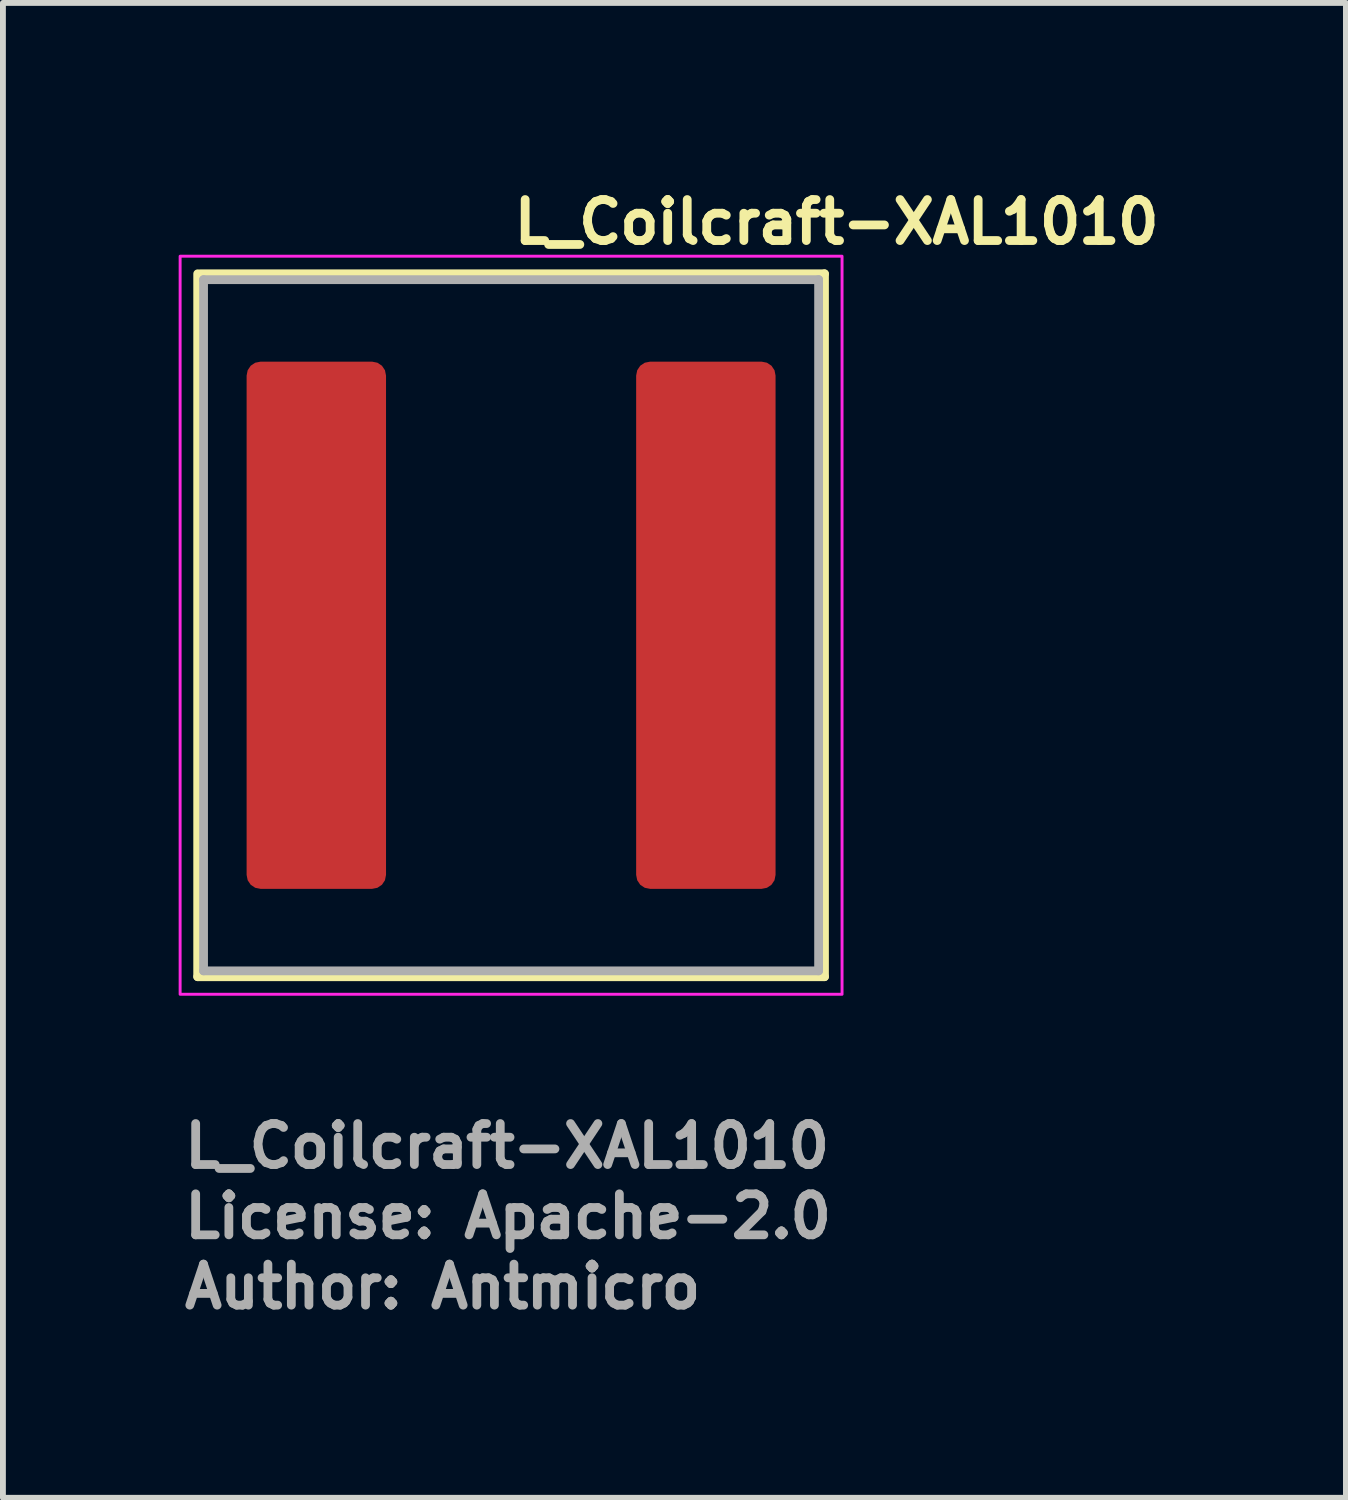
<source format=kicad_pcb>
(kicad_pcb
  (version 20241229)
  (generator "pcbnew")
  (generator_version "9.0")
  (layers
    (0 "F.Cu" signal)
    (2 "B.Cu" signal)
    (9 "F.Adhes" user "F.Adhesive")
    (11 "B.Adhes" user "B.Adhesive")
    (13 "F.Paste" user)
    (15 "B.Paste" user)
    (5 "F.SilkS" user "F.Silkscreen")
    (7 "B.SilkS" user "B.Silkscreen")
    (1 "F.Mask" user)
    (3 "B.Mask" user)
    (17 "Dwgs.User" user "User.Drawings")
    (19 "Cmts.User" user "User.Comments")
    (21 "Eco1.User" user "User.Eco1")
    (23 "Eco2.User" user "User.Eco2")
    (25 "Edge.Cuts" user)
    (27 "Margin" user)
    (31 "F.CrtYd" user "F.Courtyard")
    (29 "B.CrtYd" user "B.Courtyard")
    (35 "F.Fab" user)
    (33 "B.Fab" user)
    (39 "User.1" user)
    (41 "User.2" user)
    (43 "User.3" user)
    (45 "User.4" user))
  (footprint "L_Coilcraft-XAL1010"
    (layer "F.Cu")
    (at 5.675 7.624)
    (property "Reference" "L_Coilcraft-XAL1010" (at -0.025 -6.474 0) (layer "F.SilkS") (effects (font (size 0.7 0.7) (thickness 0.15)) (justify left bottom)))
    (attr smd)
    (fp_line (start -5.35 6) (end -5.35 -6) (stroke (width 0.15) (type solid)) (layer "F.SilkS"))
    (fp_line (start -5.35 6) (end 5.35 6) (stroke (width 0.15) (type solid)) (layer "F.SilkS"))
    (fp_line (start -5.3 -6) (end 5.35 -6) (stroke (width 0.15) (type solid)) (layer "F.SilkS"))
    (fp_line (start 5.35 6) (end 5.35 -6) (stroke (width 0.15) (type solid)) (layer "F.SilkS"))
    (fp_rect (start -5.65 -6.3) (end 5.65 6.3) (stroke (width 0.05) (type solid)) (fill no) (layer "F.CrtYd"))
    (fp_line (start -5.25 -5.9) (end -5.25 5.9) (stroke (width 0.15) (type solid)) (layer "F.Fab"))
    (fp_line (start -5.25 -5.9) (end 5.25 -5.9) (stroke (width 0.15) (type solid)) (layer "F.Fab"))
    (fp_line (start 5.25 -5.9) (end 5.25 5.9) (stroke (width 0.15) (type solid)) (layer "F.Fab"))
    (fp_line (start 5.25 5.9) (end -5.25 5.9) (stroke (width 0.15) (type solid)) (layer "F.Fab"))
    (fp_rect (start -5.25 -5.9) (end 5.25 5.9) (stroke (width 0.1) (type solid)) (fill no) (layer "User.5"))
    (fp_line (start -5.25 -5.9) (end -5.25 5.9) (stroke (width 0.02) (type solid)) (layer "User.9"))
    (fp_line (start -5.25 5.9) (end 5.25 5.9) (stroke (width 0.02) (type solid)) (layer "User.9"))
    (fp_line (start -4.312 -4.25) (end -4.062 -4.25) (stroke (width 0.02) (type solid)) (layer "User.9"))
    (fp_line (start -4.312 4.25) (end -4.312 -4.25) (stroke (width 0.02) (type solid)) (layer "User.9"))
    (fp_line (start -4.062 -4.25) (end -4.062 4.25) (stroke (width 0.02) (type solid)) (layer "User.9"))
    (fp_line (start -4.062 4.25) (end -4.312 4.25) (stroke (width 0.02) (type solid)) (layer "User.9"))
    (fp_line (start 5.25 -5.9) (end -5.25 -5.9) (stroke (width 0.02) (type solid)) (layer "User.9"))
    (fp_line (start 5.25 5.9) (end 5.25 -5.9) (stroke (width 0.02) (type solid)) (layer "User.9"))
    (fp_text user "${REFERENCE}" (at -5.65 9.3 0) (layer "F.Fab") (effects (font (size 0.7 0.7) (thickness 0.15)) (justify left bottom)))
    (fp_text user "Author: Antmicro" (at -5.65 11.7 0) (layer "F.Fab") (effects (font (size 0.7 0.7) (thickness 0.15)) (justify left bottom)))
    (fp_text user "License: Apache-2.0" (at -5.65 10.5 0) (layer "F.Fab") (effects (font (size 0.7 0.7) (thickness 0.15)) (justify left bottom)))
    (pad "1" smd roundrect (at -3.325 0) (size 2.38 9) (layers "F.Cu" "F.Mask" "F.Paste") (roundrect_rratio 0.1))
    (pad "2" smd roundrect (at 3.325 0) (size 2.38 9) (layers "F.Cu" "F.Mask" "F.Paste") (roundrect_rratio 0.1)))
  (gr_rect
    (start -3 -3)
    (end 19.927 22.52)
    (stroke (width 0.1) (type default))
    (fill no)
    (layer "Edge.Cuts")))
</source>
